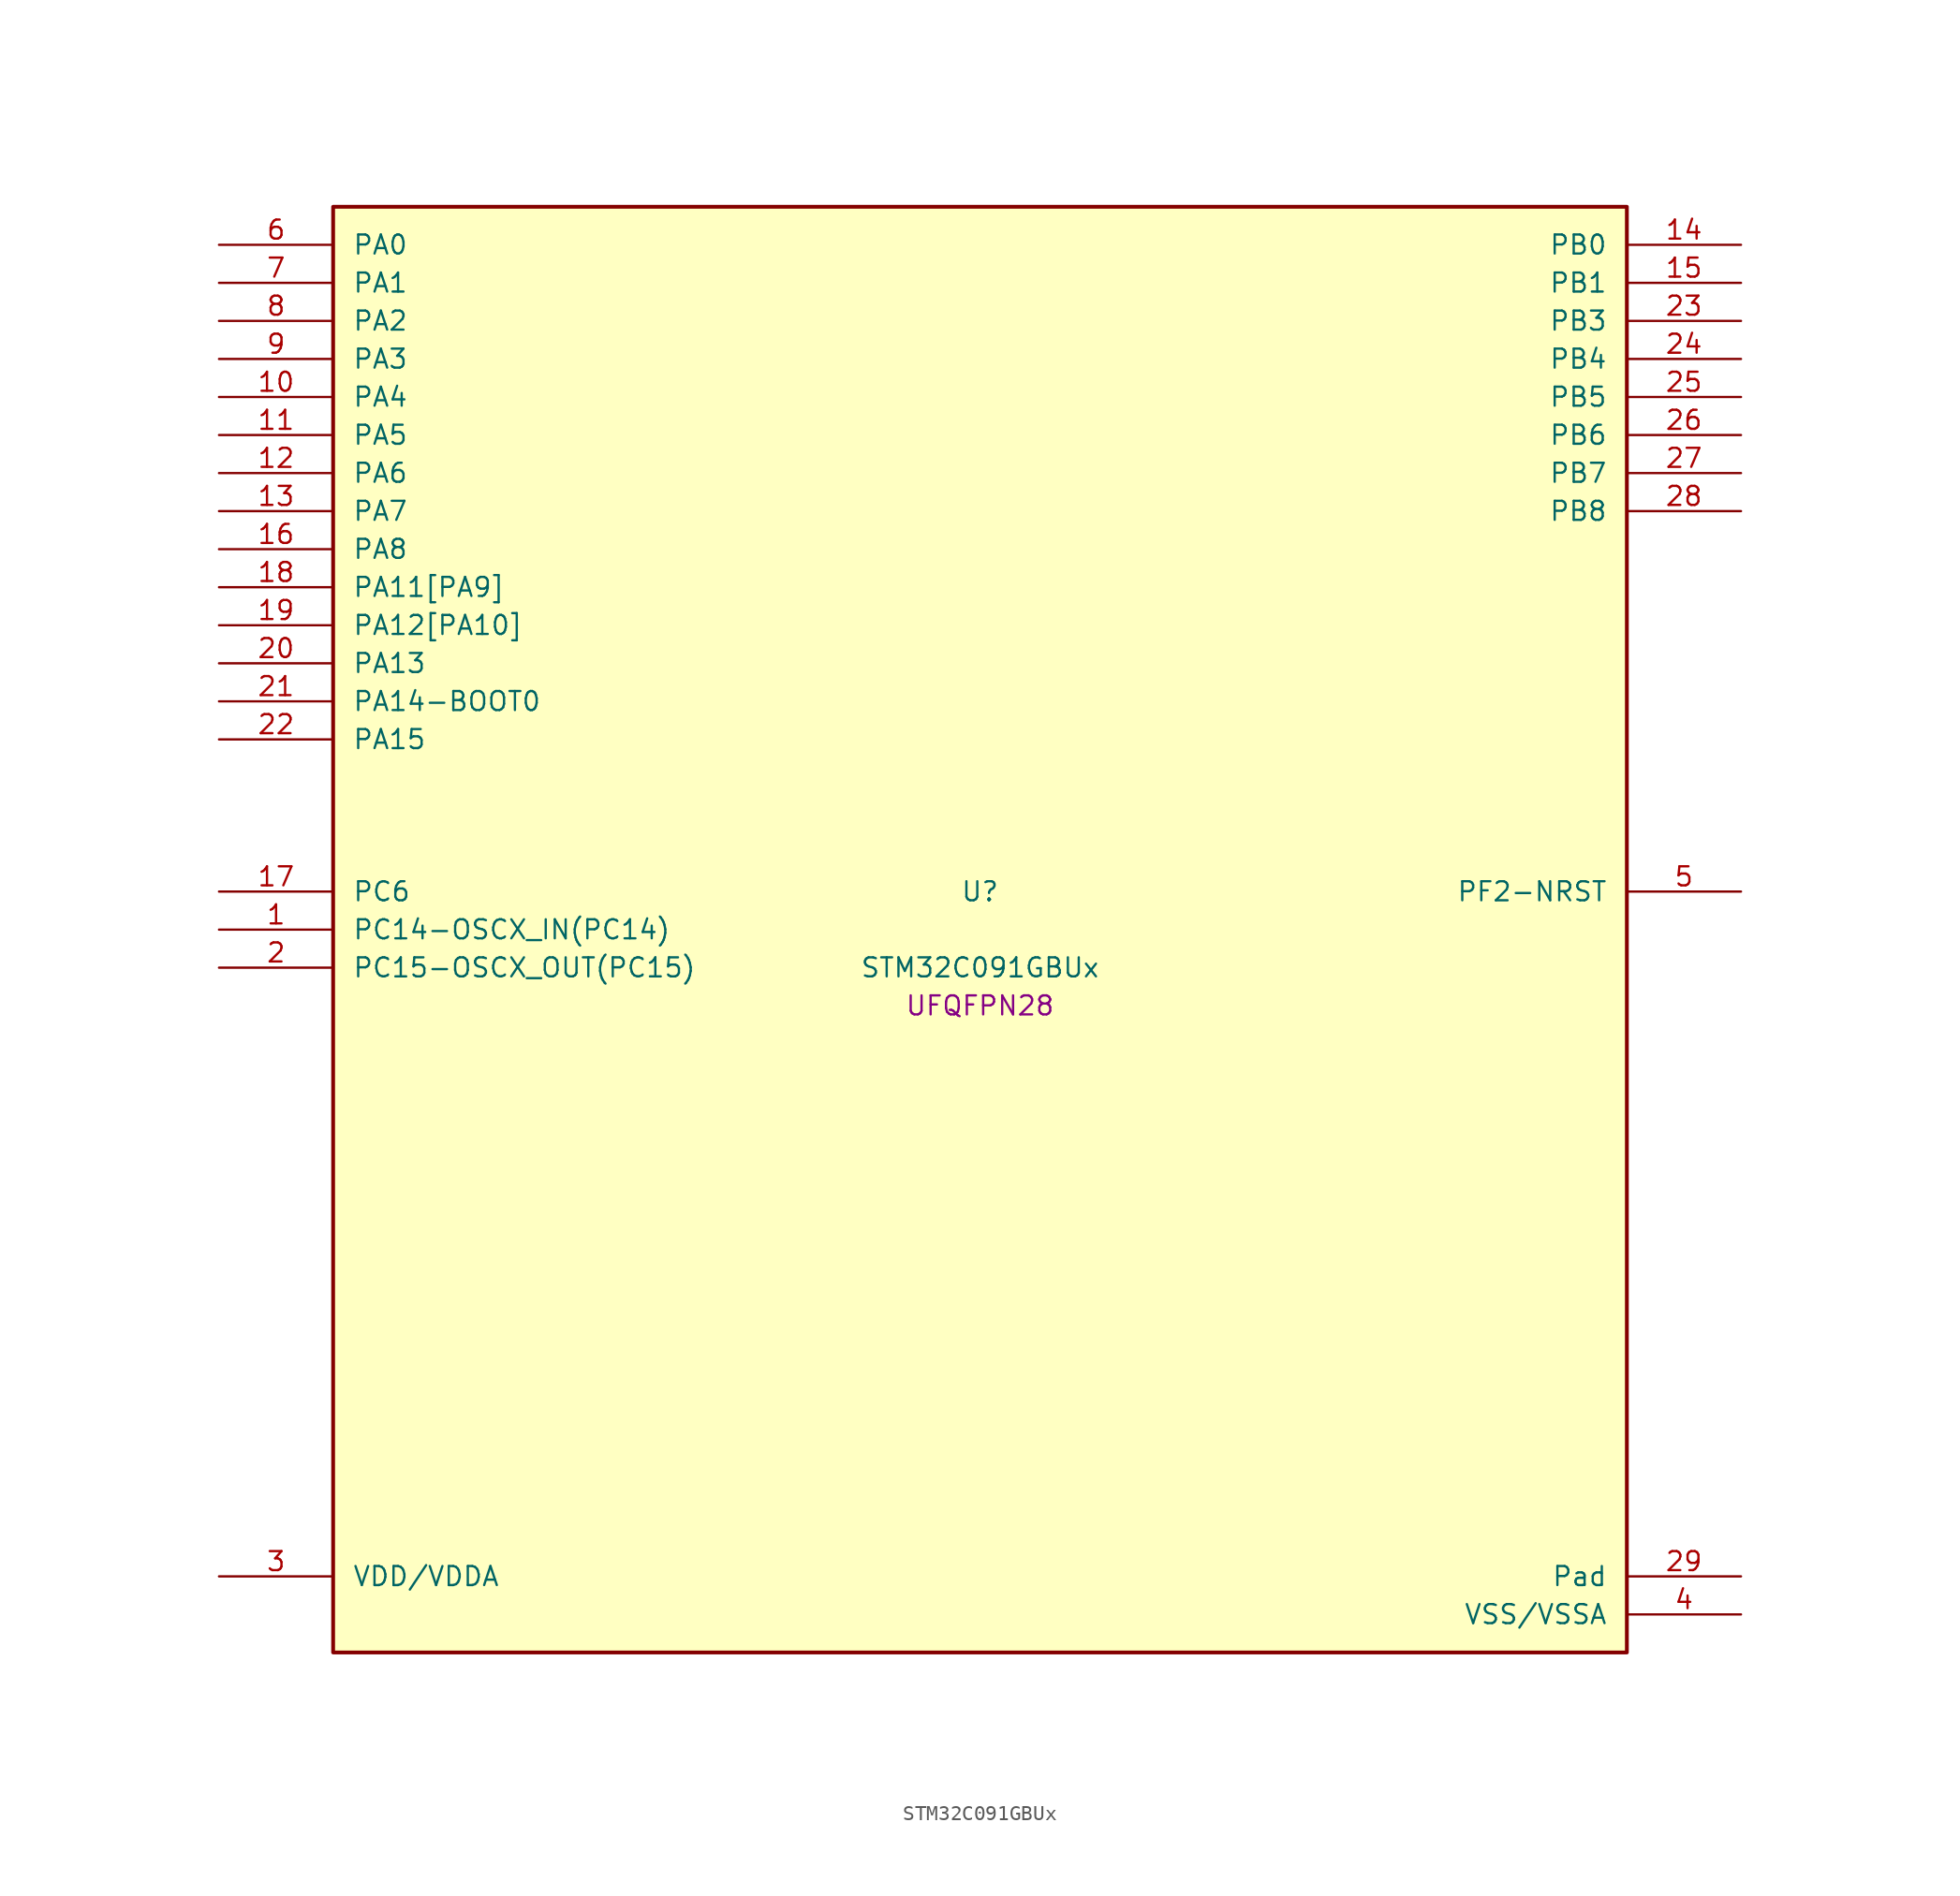
<source format=kicad_sym>
(kicad_symbol_lib
  (version 20241209)
  (generator "stm32_pkl_generator")
  (generator_version "1.0")
  (symbol "STM32C091GBUx"
    (pin_names
      (offset 1.27))
    (property "Reference" "U"
      (at 0 2.54 0))
    (property "Value" "STM32C091GBUx"
      (at 0 -2.54 0))
    (property "Footprint" "UFQFPN28"
      (at 0 -5.08 0))
    (symbol "STM32C091GBUx_1_1"
      (rectangle (start -43.18 48.26) (end 43.18 -48.26) (stroke (width 0.254) (type solid)) (fill (type background)))
      (pin bidirectional line (at -50.8 45.72 0) (length 7.62) (name "PA0") (number "6") (alternate "PA0/ADC1_IN0" bidirectional line) (alternate "PA0/PWR_WKUP1" bidirectional line) (alternate "PA0/SPI2_SCK" bidirectional line) (alternate "PA0/TIM16_CH1" bidirectional line) (alternate "PA0/TIM1_CH1" bidirectional line) (alternate "PA0/TIM2_CH1" bidirectional line) (alternate "PA0/TIM2_ETR" bidirectional line) (alternate "PA0/USART1_TX" bidirectional line) (alternate "PA0/USART2_CTS" bidirectional line) (alternate "PA0/USART2_NSS" bidirectional line) (alternate "PA0/USART4_TX" bidirectional line))
      (pin bidirectional line (at -50.8 43.18 0) (length 7.62) (name "PA1") (number "7") (alternate "PA1/ADC1_IN1" bidirectional line) (alternate "PA1/I2C1_SMBA" bidirectional line) (alternate "PA1/I2S1_CK" bidirectional line) (alternate "PA1/SPI1_SCK" bidirectional line) (alternate "PA1/TIM15_CH1N" bidirectional line) (alternate "PA1/TIM17_CH1" bidirectional line) (alternate "PA1/TIM1_CH2" bidirectional line) (alternate "PA1/TIM2_CH2" bidirectional line) (alternate "PA1/USART1_RX" bidirectional line) (alternate "PA1/USART2_CK" bidirectional line) (alternate "PA1/USART2_DE" bidirectional line) (alternate "PA1/USART2_RTS" bidirectional line) (alternate "PA1/USART4_RX" bidirectional line))
      (pin bidirectional line (at -50.8 40.64 0) (length 7.62) (name "PA2") (number "8") (alternate "PA2/ADC1_IN2" bidirectional line) (alternate "PA2/I2S1_SD" bidirectional line) (alternate "PA2/PWR_WKUP4" bidirectional line) (alternate "PA2/RCC_LSCO" bidirectional line) (alternate "PA2/SPI1_MOSI" bidirectional line) (alternate "PA2/TIM15_CH1" bidirectional line) (alternate "PA2/TIM16_CH1N" bidirectional line) (alternate "PA2/TIM1_CH3" bidirectional line) (alternate "PA2/TIM2_CH3" bidirectional line) (alternate "PA2/TIM3_ETR" bidirectional line) (alternate "PA2/USART2_TX" bidirectional line))
      (pin bidirectional line (at -50.8 38.1 0) (length 7.62) (name "PA3") (number "9") (alternate "PA3/ADC1_IN3" bidirectional line) (alternate "PA3/SPI2_MISO" bidirectional line) (alternate "PA3/TIM15_CH2" bidirectional line) (alternate "PA3/TIM1_CH1N" bidirectional line) (alternate "PA3/TIM1_CH4" bidirectional line) (alternate "PA3/TIM2_CH4" bidirectional line) (alternate "PA3/USART2_RX" bidirectional line))
      (pin bidirectional line (at -50.8 35.56 0) (length 7.62) (name "PA4") (number "10") (alternate "PA4/ADC1_IN4" bidirectional line) (alternate "PA4/I2S1_WS" bidirectional line) (alternate "PA4/PWR_WKUP2" bidirectional line) (alternate "PA4/RTC_OUT1" bidirectional line) (alternate "PA4/RTC_TS" bidirectional line) (alternate "PA4/SPI1_NSS" bidirectional line) (alternate "PA4/SPI2_MOSI" bidirectional line) (alternate "PA4/TIM14_CH1" bidirectional line) (alternate "PA4/TIM17_CH1N" bidirectional line) (alternate "PA4/TIM1_CH2N" bidirectional line) (alternate "PA4/USART2_TX" bidirectional line))
      (pin bidirectional line (at -50.8 33.02 0) (length 7.62) (name "PA5") (number "11") (alternate "PA5/ADC1_IN5" bidirectional line) (alternate "PA5/I2S1_CK" bidirectional line) (alternate "PA5/SPI1_SCK" bidirectional line) (alternate "PA5/TIM1_CH1" bidirectional line) (alternate "PA5/TIM1_CH3N" bidirectional line) (alternate "PA5/TIM2_CH1" bidirectional line) (alternate "PA5/TIM2_ETR" bidirectional line) (alternate "PA5/USART2_RX" bidirectional line) (alternate "PA5/USART3_TX" bidirectional line))
      (pin bidirectional line (at -50.8 30.48 0) (length 7.62) (name "PA6") (number "12") (alternate "PA6/ADC1_IN6" bidirectional line) (alternate "PA6/I2C2_SDA" bidirectional line) (alternate "PA6/I2S1_MCK" bidirectional line) (alternate "PA6/SPI1_MISO" bidirectional line) (alternate "PA6/TIM16_CH1" bidirectional line) (alternate "PA6/TIM1_BKIN" bidirectional line) (alternate "PA6/TIM3_CH1" bidirectional line) (alternate "PA6/USART3_CTS" bidirectional line) (alternate "PA6/USART3_NSS" bidirectional line))
      (pin bidirectional line (at -50.8 27.94 0) (length 7.62) (name "PA7") (number "13") (alternate "PA7/ADC1_IN7" bidirectional line) (alternate "PA7/I2C2_SCL" bidirectional line) (alternate "PA7/I2S1_SD" bidirectional line) (alternate "PA7/SPI1_MOSI" bidirectional line) (alternate "PA7/TIM14_CH1" bidirectional line) (alternate "PA7/TIM17_CH1" bidirectional line) (alternate "PA7/TIM1_CH1N" bidirectional line) (alternate "PA7/TIM3_CH2" bidirectional line))
      (pin bidirectional line (at -50.8 25.4 0) (length 7.62) (name "PA8") (number "16") (alternate "PA8/ADC1_IN8" bidirectional line) (alternate "PA8/I2S1_WS" bidirectional line) (alternate "PA8/RCC_MCO" bidirectional line) (alternate "PA8/RCC_MCO_2" bidirectional line) (alternate "PA8/SPI1_NSS" bidirectional line) (alternate "PA8/SPI2_MISO" bidirectional line) (alternate "PA8/SPI2_NSS" bidirectional line) (alternate "PA8/TIM14_CH1" bidirectional line) (alternate "PA8/TIM1_CH1" bidirectional line) (alternate "PA8/TIM1_CH2N" bidirectional line) (alternate "PA8/TIM1_CH3N" bidirectional line) (alternate "PA8/TIM3_CH3" bidirectional line) (alternate "PA8/TIM3_CH4" bidirectional line) (alternate "PA8/USART1_RX" bidirectional line) (alternate "PA8/USART2_TX" bidirectional line))
      (pin bidirectional line (at -50.8 22.86 0) (length 7.62) (name "PA11[PA9]") (number "18") (alternate "PA11[PA9]/ADC1_EXTI11" bidirectional line) (alternate "PA11[PA9]/I2C2_SCL" bidirectional line) (alternate "PA11[PA9]/I2S1_MCK" bidirectional line) (alternate "PA11[PA9]/SPI1_MISO" bidirectional line) (alternate "PA11[PA9]/TIM1_BKIN2" bidirectional line) (alternate "PA11[PA9]/TIM1_CH4" bidirectional line) (alternate "PA11[PA9]/USART1_CTS" bidirectional line) (alternate "PA11[PA9]/USART1_NSS" bidirectional line) (alternate "PA11[PA9]/PA9[PA11]" bidirectional line) (alternate "PA11[PA9]/I2C1_SCL" bidirectional line) (alternate "PA11[PA9]/RCC_MCO" bidirectional line) (alternate "PA11[PA9]/SPI2_MISO" bidirectional line) (alternate "PA11[PA9]/TIM15_BKIN" bidirectional line) (alternate "PA11[PA9]/TIM1_CH2" bidirectional line) (alternate "PA11[PA9]/TIM3_ETR" bidirectional line) (alternate "PA11[PA9]/USART1_TX" bidirectional line))
      (pin bidirectional line (at -50.8 20.32 0) (length 7.62) (name "PA12[PA10]") (number "19") (alternate "PA12[PA10]/I2C2_SDA" bidirectional line) (alternate "PA12[PA10]/I2S1_SD" bidirectional line) (alternate "PA12[PA10]/I2S_CKIN" bidirectional line) (alternate "PA12[PA10]/SPI1_MOSI" bidirectional line) (alternate "PA12[PA10]/TIM1_ETR" bidirectional line) (alternate "PA12[PA10]/USART1_CK" bidirectional line) (alternate "PA12[PA10]/USART1_DE" bidirectional line) (alternate "PA12[PA10]/USART1_RTS" bidirectional line) (alternate "PA12[PA10]/PA10[PA12]" bidirectional line) (alternate "PA12[PA10]/I2C1_SDA" bidirectional line) (alternate "PA12[PA10]/RCC_MCO_2" bidirectional line) (alternate "PA12[PA10]/SPI2_MOSI" bidirectional line) (alternate "PA12[PA10]/TIM17_BKIN" bidirectional line) (alternate "PA12[PA10]/TIM1_CH3" bidirectional line) (alternate "PA12[PA10]/USART1_RX" bidirectional line))
      (pin bidirectional line (at -50.8 17.78 0) (length 7.62) (name "PA13") (number "20") (alternate "PA13/ADC1_IN13" bidirectional line) (alternate "PA13/DEBUG_SWDIO" bidirectional line) (alternate "PA13/IR_OUT" bidirectional line) (alternate "PA13/TIM3_ETR" bidirectional line) (alternate "PA13/USART2_RX" bidirectional line))
      (pin bidirectional line (at -50.8 15.24 0) (length 7.62) (name "PA14-BOOT0") (number "21") (alternate "PA14-BOOT0/ADC1_IN14" bidirectional line) (alternate "PA14-BOOT0/BOOT0" bidirectional line) (alternate "PA14-BOOT0/DEBUG_SWCLK" bidirectional line) (alternate "PA14-BOOT0/I2S1_WS" bidirectional line) (alternate "PA14-BOOT0/RCC_MCO_2" bidirectional line) (alternate "PA14-BOOT0/SPI1_NSS" bidirectional line) (alternate "PA14-BOOT0/TIM1_CH1" bidirectional line) (alternate "PA14-BOOT0/USART1_CK" bidirectional line) (alternate "PA14-BOOT0/USART1_DE" bidirectional line) (alternate "PA14-BOOT0/USART1_RTS" bidirectional line) (alternate "PA14-BOOT0/USART2_RX" bidirectional line) (alternate "PA14-BOOT0/USART2_TX" bidirectional line))
      (pin bidirectional line (at -50.8 12.7 0) (length 7.62) (name "PA15") (number "22") (alternate "PA15/I2S1_WS" bidirectional line) (alternate "PA15/RCC_MCO_2" bidirectional line) (alternate "PA15/SPI1_NSS" bidirectional line) (alternate "PA15/TIM1_CH1" bidirectional line) (alternate "PA15/TIM2_CH1" bidirectional line) (alternate "PA15/TIM2_ETR" bidirectional line) (alternate "PA15/USART1_CK" bidirectional line) (alternate "PA15/USART1_DE" bidirectional line) (alternate "PA15/USART1_RTS" bidirectional line) (alternate "PA15/USART2_RX" bidirectional line) (alternate "PA15/USART3_CK" bidirectional line) (alternate "PA15/USART3_DE" bidirectional line) (alternate "PA15/USART3_RTS" bidirectional line) (alternate "PA15/USART4_CK" bidirectional line) (alternate "PA15/USART4_DE" bidirectional line) (alternate "PA15/USART4_RTS" bidirectional line))
      (pin bidirectional line (at 50.8 45.72 180) (length 7.62) (name "PB0") (number "14") (alternate "PB0/ADC1_IN17" bidirectional line) (alternate "PB0/I2S1_WS" bidirectional line) (alternate "PB0/SPI1_NSS" bidirectional line) (alternate "PB0/TIM1_CH2N" bidirectional line) (alternate "PB0/TIM3_CH3" bidirectional line) (alternate "PB0/USART3_RX" bidirectional line))
      (pin bidirectional line (at 50.8 43.18 180) (length 7.62) (name "PB1") (number "15") (alternate "PB1/ADC1_IN18" bidirectional line) (alternate "PB1/TIM14_CH1" bidirectional line) (alternate "PB1/TIM1_CH2N" bidirectional line) (alternate "PB1/TIM1_CH3N" bidirectional line) (alternate "PB1/TIM3_CH4" bidirectional line) (alternate "PB1/USART3_CK" bidirectional line) (alternate "PB1/USART3_DE" bidirectional line) (alternate "PB1/USART3_RTS" bidirectional line))
      (pin bidirectional line (at 50.8 40.64 180) (length 7.62) (name "PB3") (number "23") (alternate "PB3/I2C2_SCL" bidirectional line) (alternate "PB3/I2S1_CK" bidirectional line) (alternate "PB3/SPI1_SCK" bidirectional line) (alternate "PB3/TIM1_CH2" bidirectional line) (alternate "PB3/TIM2_CH2" bidirectional line) (alternate "PB3/TIM3_CH2" bidirectional line) (alternate "PB3/USART1_CK" bidirectional line) (alternate "PB3/USART1_DE" bidirectional line) (alternate "PB3/USART1_RTS" bidirectional line))
      (pin bidirectional line (at 50.8 38.1 180) (length 7.62) (name "PB4") (number "24") (alternate "PB4/I2C2_SDA" bidirectional line) (alternate "PB4/I2S1_MCK" bidirectional line) (alternate "PB4/SPI1_MISO" bidirectional line) (alternate "PB4/TIM17_BKIN" bidirectional line) (alternate "PB4/TIM3_CH1" bidirectional line) (alternate "PB4/USART1_CTS" bidirectional line) (alternate "PB4/USART1_NSS" bidirectional line))
      (pin bidirectional line (at 50.8 35.56 180) (length 7.62) (name "PB5") (number "25") (alternate "PB5/I2C1_SMBA" bidirectional line) (alternate "PB5/I2S1_SD" bidirectional line) (alternate "PB5/PWR_WKUP6" bidirectional line) (alternate "PB5/SPI1_MOSI" bidirectional line) (alternate "PB5/TIM16_BKIN" bidirectional line) (alternate "PB5/TIM3_CH2" bidirectional line) (alternate "PB5/TIM3_CH3" bidirectional line))
      (pin bidirectional line (at 50.8 33.02 180) (length 7.62) (name "PB6") (number "26") (alternate "PB6/I2C1_SCL" bidirectional line) (alternate "PB6/I2C1_SMBA" bidirectional line) (alternate "PB6/I2S1_CK" bidirectional line) (alternate "PB6/I2S1_MCK" bidirectional line) (alternate "PB6/I2S1_SD" bidirectional line) (alternate "PB6/PWR_WKUP3" bidirectional line) (alternate "PB6/SPI1_MISO" bidirectional line) (alternate "PB6/SPI1_MOSI" bidirectional line) (alternate "PB6/SPI1_SCK" bidirectional line) (alternate "PB6/SPI2_MISO" bidirectional line) (alternate "PB6/TIM16_BKIN" bidirectional line) (alternate "PB6/TIM16_CH1N" bidirectional line) (alternate "PB6/TIM1_CH2" bidirectional line) (alternate "PB6/TIM1_CH3" bidirectional line) (alternate "PB6/TIM3_CH1" bidirectional line) (alternate "PB6/TIM3_CH2" bidirectional line) (alternate "PB6/TIM3_CH3" bidirectional line) (alternate "PB6/USART1_CTS" bidirectional line) (alternate "PB6/USART1_NSS" bidirectional line) (alternate "PB6/USART1_TX" bidirectional line))
      (pin bidirectional line (at 50.8 30.48 180) (length 7.62) (name "PB7") (number "27") (alternate "PB7/I2C1_SCL" bidirectional line) (alternate "PB7/I2C1_SDA" bidirectional line) (alternate "PB7/RTC_REFIN" bidirectional line) (alternate "PB7/SPI2_MOSI" bidirectional line) (alternate "PB7/TIM16_CH1" bidirectional line) (alternate "PB7/TIM17_CH1N" bidirectional line) (alternate "PB7/TIM1_CH4" bidirectional line) (alternate "PB7/TIM3_CH1" bidirectional line) (alternate "PB7/TIM3_CH4" bidirectional line) (alternate "PB7/USART1_RX" bidirectional line) (alternate "PB7/USART2_CTS" bidirectional line) (alternate "PB7/USART2_NSS" bidirectional line) (alternate "PB7/USART4_CTS" bidirectional line) (alternate "PB7/USART4_NSS" bidirectional line))
      (pin bidirectional line (at 50.8 27.94 180) (length 7.62) (name "PB8") (number "28") (alternate "PB8/I2C1_SCL" bidirectional line) (alternate "PB8/SPI2_SCK" bidirectional line) (alternate "PB8/TIM15_BKIN" bidirectional line) (alternate "PB8/TIM16_CH1" bidirectional line) (alternate "PB8/TIM3_CH1" bidirectional line) (alternate "PB8/USART2_CTS" bidirectional line) (alternate "PB8/USART2_NSS" bidirectional line) (alternate "PB8/USART3_TX" bidirectional line))
      (pin bidirectional line (at -50.8 2.54 0) (length 7.62) (name "PC6") (number "17") (alternate "PC6/TIM2_CH3" bidirectional line) (alternate "PC6/TIM3_CH1" bidirectional line))
      (pin bidirectional line (at -50.8 0 0) (length 7.62) (name "PC14-OSCX_IN(PC14)") (number "1") (alternate "PC14-OSCX_IN(PC14)/I2C1_SDA" bidirectional line) (alternate "PC14-OSCX_IN(PC14)/IR_OUT" bidirectional line) (alternate "PC14-OSCX_IN(PC14)/RCC_OSCX_IN" bidirectional line) (alternate "PC14-OSCX_IN(PC14)/SPI2_NSS" bidirectional line) (alternate "PC14-OSCX_IN(PC14)/TIM17_CH1" bidirectional line) (alternate "PC14-OSCX_IN(PC14)/TIM1_BKIN2" bidirectional line) (alternate "PC14-OSCX_IN(PC14)/TIM1_ETR" bidirectional line) (alternate "PC14-OSCX_IN(PC14)/TIM3_CH2" bidirectional line) (alternate "PC14-OSCX_IN(PC14)/USART1_TX" bidirectional line) (alternate "PC14-OSCX_IN(PC14)/USART2_CK" bidirectional line) (alternate "PC14-OSCX_IN(PC14)/USART2_DE" bidirectional line) (alternate "PC14-OSCX_IN(PC14)/USART2_RTS" bidirectional line) (alternate "PC14-OSCX_IN(PC14)/USART3_TX" bidirectional line))
      (pin bidirectional line (at -50.8 -2.54 0) (length 7.62) (name "PC15-OSCX_OUT(PC15)") (number "2") (alternate "PC15-OSCX_OUT(PC15)/RCC_OSC32_EN" bidirectional line) (alternate "PC15-OSCX_OUT(PC15)/RCC_OSCX_OUT" bidirectional line) (alternate "PC15-OSCX_OUT(PC15)/RCC_OSC_EN" bidirectional line) (alternate "PC15-OSCX_OUT(PC15)/TIM15_BKIN" bidirectional line) (alternate "PC15-OSCX_OUT(PC15)/TIM1_ETR" bidirectional line) (alternate "PC15-OSCX_OUT(PC15)/TIM3_CH3" bidirectional line))
      (pin bidirectional line (at 50.8 2.54 180) (length 7.62) (name "PF2-NRST") (number "5") (alternate "PF2-NRST/RCC_MCO" bidirectional line) (alternate "PF2-NRST/TIM1_CH4" bidirectional line))
      (pin power_in line (at -50.8 -43.18 0) (length 7.62) (name "VDD/VDDA") (number "3"))
      (pin passive line (at 50.8 -43.18 180) (length 7.62) (name "Pad") (number "29"))
      (pin power_in line (at 50.8 -45.72 180) (length 7.62) (name "VSS/VSSA") (number "4")))))
</source>
